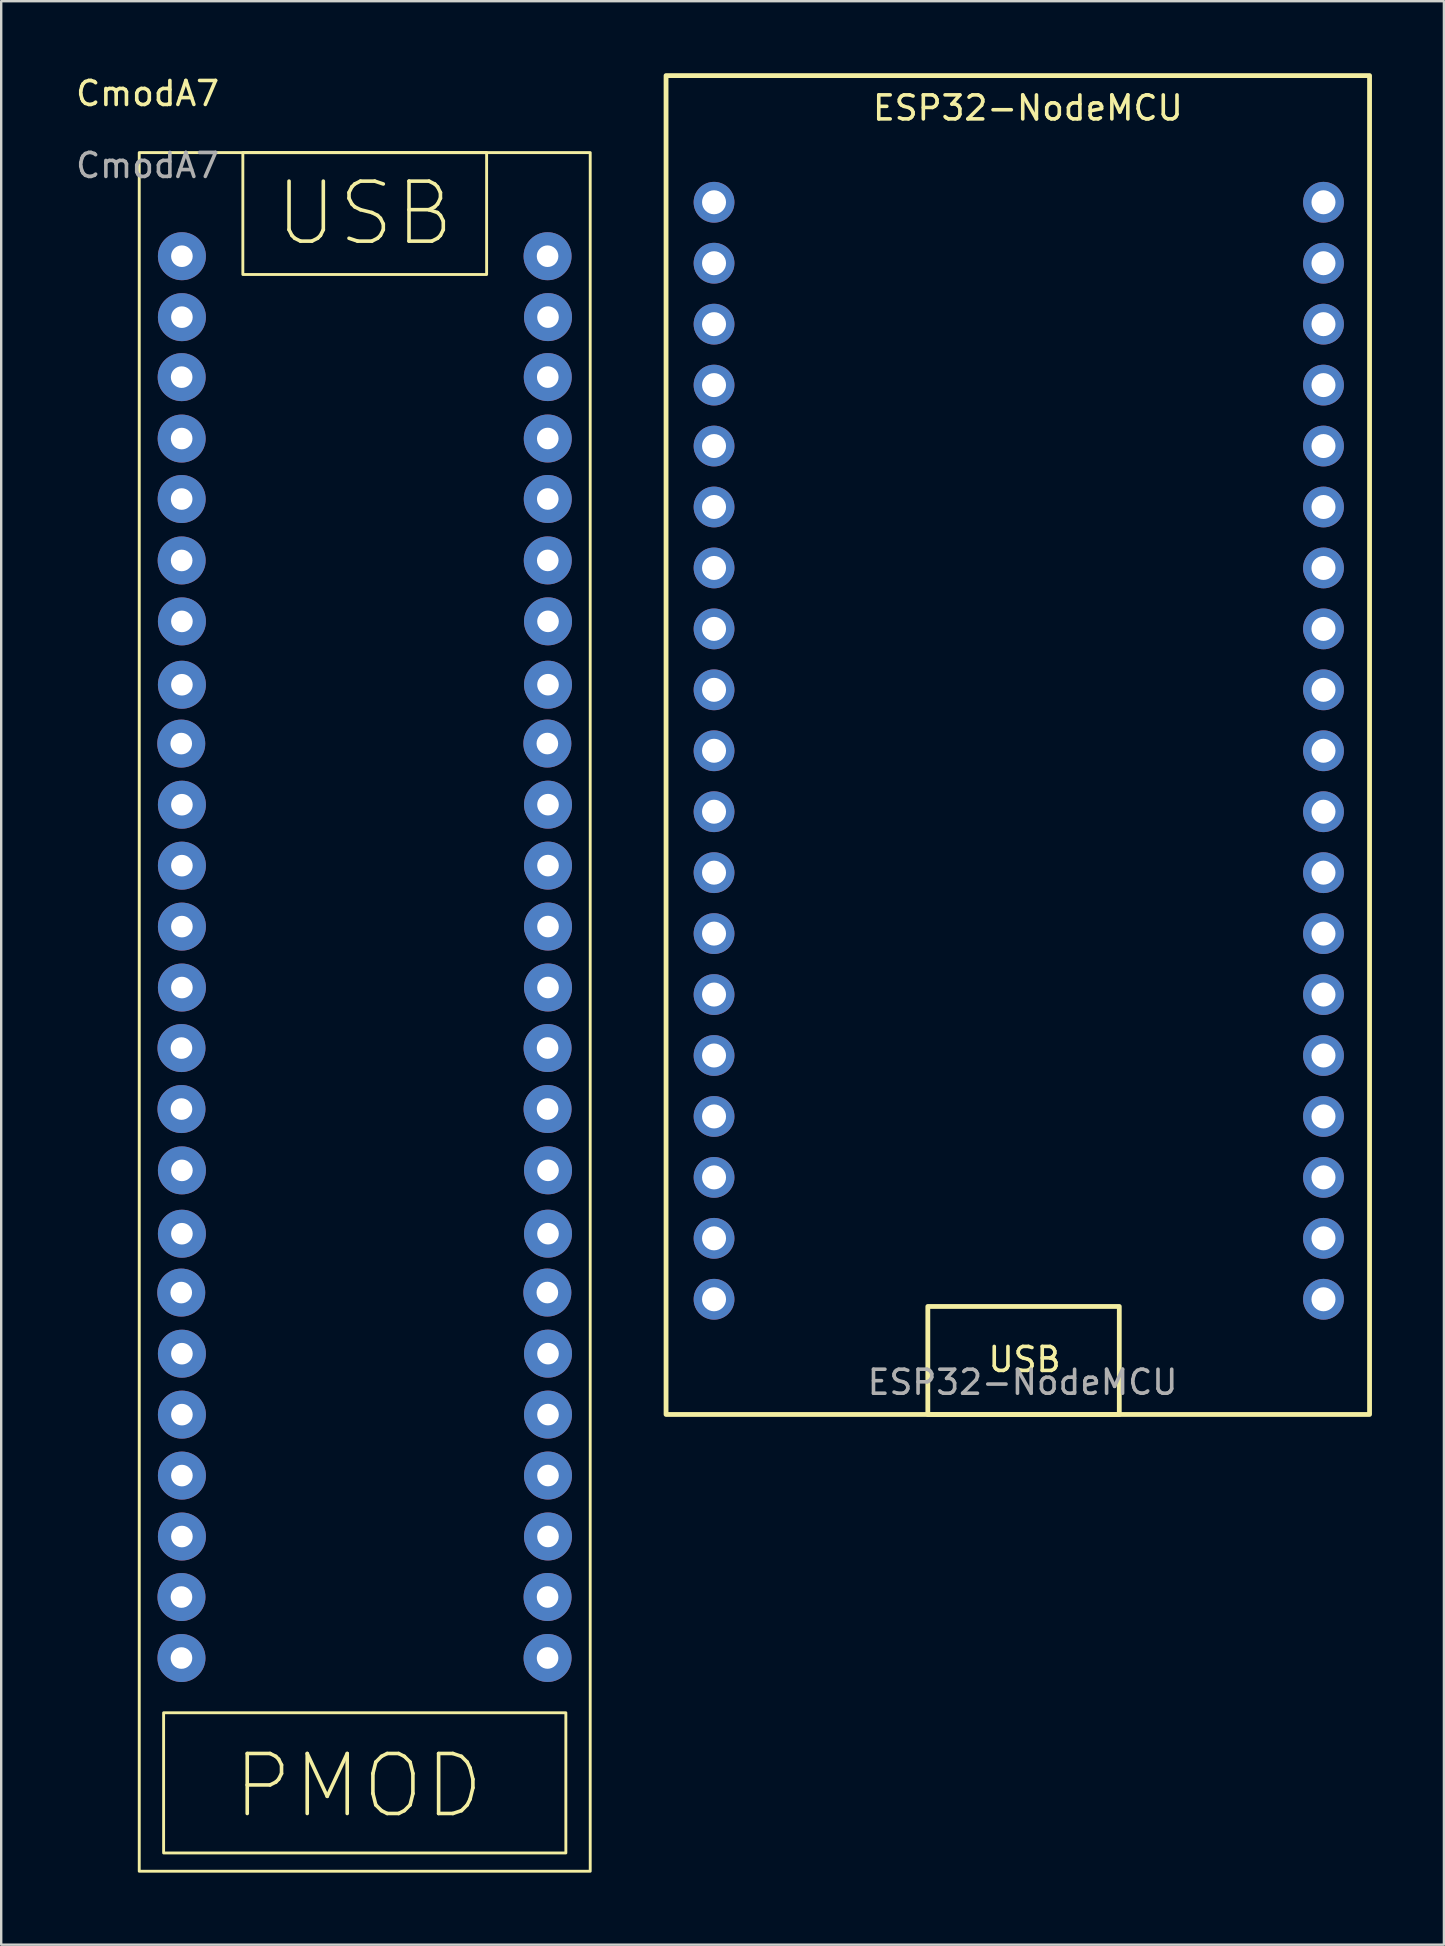
<source format=kicad_pcb>
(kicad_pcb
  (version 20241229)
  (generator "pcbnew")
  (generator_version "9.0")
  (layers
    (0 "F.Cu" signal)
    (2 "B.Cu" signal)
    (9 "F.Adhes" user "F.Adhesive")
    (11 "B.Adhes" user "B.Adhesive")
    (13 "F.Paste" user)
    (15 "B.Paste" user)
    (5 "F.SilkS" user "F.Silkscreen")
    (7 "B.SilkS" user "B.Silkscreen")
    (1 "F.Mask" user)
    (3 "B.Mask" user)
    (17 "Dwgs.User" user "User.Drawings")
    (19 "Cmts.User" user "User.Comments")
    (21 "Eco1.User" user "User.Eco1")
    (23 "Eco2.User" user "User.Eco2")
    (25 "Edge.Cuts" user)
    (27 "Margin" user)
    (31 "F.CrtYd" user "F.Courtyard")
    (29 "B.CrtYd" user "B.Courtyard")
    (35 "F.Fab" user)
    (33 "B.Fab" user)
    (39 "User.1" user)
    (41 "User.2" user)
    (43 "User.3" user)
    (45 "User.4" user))
  (footprint "CmodA7"
    (layer "F.Cu")
    (at 4.531 7.628)
    (property "Reference" "CmodA7" (at -1.43 -6.78 0) (unlocked yes) (layer "F.SilkS") (effects (font (size 1 1) (thickness 0.15))))
    (attr smd)
    (fp_rect (start -1.778 -4.318) (end 17.018 67.31) (stroke (width 0.12) (type solid)) (fill no) (layer "F.SilkS"))
    (fp_rect (start -0.762 60.706) (end 16.002 66.548) (stroke (width 0.12) (type solid)) (fill no) (layer "F.SilkS"))
    (fp_rect (start 2.54 -4.318) (end 12.7 0.762) (stroke (width 0.12) (type solid)) (fill no) (layer "F.SilkS"))
    (fp_text user "USB" (at 7.62 -1.778 0) (layer "F.SilkS") (effects (font (size 2.5 2.5) (thickness 0.15))))
    (fp_text user "PMOD" (at 7.366 63.754 0) (unlocked yes) (layer "F.SilkS") (effects (font (size 2.5 2.5) (thickness 0.15))))
    (fp_text user "${REFERENCE}" (at -1.43 -3.78 0) (unlocked yes) (layer "F.Fab") (effects (font (size 1 1) (thickness 0.15))))
    (pad "1" thru_hole circle (at -0.018 58.424) (size 2 2) (drill 0.9) (layers "*.Cu" "*.Mask"))
    (pad "2" thru_hole circle (at -0.018 55.882) (size 2 2) (drill 0.9) (layers "*.Cu" "*.Mask"))
    (pad "3" thru_hole circle (at 0 53.36) (size 2 2) (drill 0.9) (layers "*.Cu" "*.Mask"))
    (pad "4" thru_hole circle (at 0 50.82) (size 2 2) (drill 0.9) (layers "*.Cu" "*.Mask"))
    (pad "5" thru_hole circle (at 0 48.28) (size 2 2) (drill 0.9) (layers "*.Cu" "*.Mask"))
    (pad "6" thru_hole circle (at 0 45.74) (size 2 2) (drill 0.9) (layers "*.Cu" "*.Mask"))
    (pad "7" thru_hole circle (at -0.027 43.193) (size 2 2) (drill 0.9) (layers "*.Cu" "*.Mask"))
    (pad "7" thru_hole circle (at 15.24 55.88) (size 2 2) (drill 0.9) (layers "*.Cu" "*.Mask"))
    (pad "8" thru_hole circle (at 0 38.1) (size 2 2) (drill 0.9) (layers "*.Cu" "*.Mask"))
    (pad "8" thru_hole circle (at 0 40.74) (size 2 2) (drill 0.9) (layers "*.Cu" "*.Mask"))
    (pad "10" thru_hole circle (at -0.018 35.544) (size 2 2) (drill 0.9) (layers "*.Cu" "*.Mask"))
    (pad "11" thru_hole circle (at -0.018 33.002) (size 2 2) (drill 0.9) (layers "*.Cu" "*.Mask"))
    (pad "12" thru_hole circle (at 0 30.48) (size 2 2) (drill 0.9) (layers "*.Cu" "*.Mask"))
    (pad "13" thru_hole circle (at 0 27.94) (size 2 2) (drill 0.9) (layers "*.Cu" "*.Mask"))
    (pad "14" thru_hole circle (at 0 25.4) (size 2 2) (drill 0.9) (layers "*.Cu" "*.Mask"))
    (pad "15" thru_hole circle (at 0 22.86) (size 2 2) (drill 0.9) (layers "*.Cu" "*.Mask"))
    (pad "16" thru_hole circle (at -0.027 20.313) (size 2 2) (drill 0.9) (layers "*.Cu" "*.Mask"))
    (pad "17" thru_hole circle (at 0 17.86) (size 2 2) (drill 0.9) (layers "*.Cu" "*.Mask"))
    (pad "18" thru_hole circle (at 0 15.22) (size 2 2) (drill 0.9) (layers "*.Cu" "*.Mask"))
    (pad "19" thru_hole circle (at -0.01 12.68) (size 2 2) (drill 0.9) (layers "*.Cu" "*.Mask"))
    (pad "20" thru_hole circle (at -0.01 10.12) (size 2 2) (drill 0.9) (layers "*.Cu" "*.Mask"))
    (pad "21" thru_hole circle (at -0.01 7.6) (size 2 2) (drill 0.9) (layers "*.Cu" "*.Mask"))
    (pad "22" thru_hole circle (at -0.01 5.04) (size 2 2) (drill 0.9) (layers "*.Cu" "*.Mask"))
    (pad "23" thru_hole circle (at 0 2.54) (size 2 2) (drill 0.9) (layers "*.Cu" "*.Mask"))
    (pad "24" thru_hole circle (at 0 0) (size 2 2) (drill 0.9) (layers "*.Cu" "*.Mask"))
    (pad "25" thru_hole circle (at 15.24 0) (size 2 2) (drill 0.9) (layers "*.Cu" "*.Mask"))
    (pad "26" thru_hole circle (at 15.258 2.538) (size 2 2) (drill 0.9) (layers "*.Cu" "*.Mask"))
    (pad "27" thru_hole circle (at 15.248 5.038) (size 2 2) (drill 0.9) (layers "*.Cu" "*.Mask"))
    (pad "28" thru_hole circle (at 15.248 7.598) (size 2 2) (drill 0.9) (layers "*.Cu" "*.Mask"))
    (pad "29" thru_hole circle (at 15.248 10.118) (size 2 2) (drill 0.9) (layers "*.Cu" "*.Mask"))
    (pad "30" thru_hole circle (at 15.248 12.678) (size 2 2) (drill 0.9) (layers "*.Cu" "*.Mask"))
    (pad "31" thru_hole circle (at 15.258 15.218) (size 2 2) (drill 0.9) (layers "*.Cu" "*.Mask"))
    (pad "32" thru_hole circle (at 15.258 17.858) (size 2 2) (drill 0.9) (layers "*.Cu" "*.Mask"))
    (pad "33" thru_hole circle (at 15.231 20.311) (size 2 2) (drill 0.9) (layers "*.Cu" "*.Mask"))
    (pad "34" thru_hole circle (at 15.258 22.858) (size 2 2) (drill 0.9) (layers "*.Cu" "*.Mask"))
    (pad "35" thru_hole circle (at 15.258 25.398) (size 2 2) (drill 0.9) (layers "*.Cu" "*.Mask"))
    (pad "36" thru_hole circle (at 15.258 27.938) (size 2 2) (drill 0.9) (layers "*.Cu" "*.Mask"))
    (pad "37" thru_hole circle (at 15.258 30.478) (size 2 2) (drill 0.9) (layers "*.Cu" "*.Mask"))
    (pad "38" thru_hole circle (at 15.24 33) (size 2 2) (drill 0.9) (layers "*.Cu" "*.Mask"))
    (pad "39" thru_hole circle (at 15.24 35.542) (size 2 2) (drill 0.9) (layers "*.Cu" "*.Mask"))
    (pad "40" thru_hole circle (at 15.258 38.098) (size 2 2) (drill 0.9) (layers "*.Cu" "*.Mask"))
    (pad "41" thru_hole circle (at 15.258 40.738) (size 2 2) (drill 0.9) (layers "*.Cu" "*.Mask"))
    (pad "42" thru_hole circle (at 15.231 43.191) (size 2 2) (drill 0.9) (layers "*.Cu" "*.Mask"))
    (pad "43" thru_hole circle (at 15.258 45.738) (size 2 2) (drill 0.9) (layers "*.Cu" "*.Mask"))
    (pad "44" thru_hole circle (at 15.258 48.278) (size 2 2) (drill 0.9) (layers "*.Cu" "*.Mask"))
    (pad "45" thru_hole circle (at 15.258 50.818) (size 2 2) (drill 0.9) (layers "*.Cu" "*.Mask"))
    (pad "46" thru_hole circle (at 15.258 53.358) (size 2 2) (drill 0.9) (layers "*.Cu" "*.Mask"))
    (pad "48" thru_hole circle (at 15.24 58.422) (size 2 2) (drill 0.9) (layers "*.Cu" "*.Mask")))
  (footprint "ESP32-NodeMCU"
    (layer "F.Cu")
    (at 26.709 5.38)
    (property "Reference" "ESP32-NodeMCU" (at 13.08 -3.93 0) (unlocked yes) (layer "F.SilkS") (effects (font (size 1 1) (thickness 0.15))))
    (attr through_hole)
    (fp_rect (start -2 -5.28) (end 27.32 50.52) (stroke (width 0.2) (type solid)) (fill no) (layer "F.SilkS"))
    (fp_rect (start 8.91 50.52) (end 16.89 46.02) (stroke (width 0.2) (type solid)) (fill no) (layer "F.SilkS"))
    (fp_text user "USB" (at 12.94 48.23 0) (unlocked yes) (layer "F.SilkS") (effects (font (size 1 1) (thickness 0.15))))
    (fp_text user "${REFERENCE}" (at 12.86 49.18 0) (unlocked yes) (layer "F.Fab") (effects (font (size 1 1) (thickness 0.15))))
    (pad "1" thru_hole circle (at 0 0) (size 1.7 1.7) (drill 1) (layers "*.Cu" "*.Mask"))
    (pad "2" thru_hole circle (at 0 2.54) (size 1.7 1.7) (drill 1) (layers "*.Cu" "*.Mask"))
    (pad "3" thru_hole circle (at 0 5.08) (size 1.7 1.7) (drill 1) (layers "*.Cu" "*.Mask"))
    (pad "4" thru_hole circle (at 0 7.62) (size 1.7 1.7) (drill 1) (layers "*.Cu" "*.Mask"))
    (pad "5" thru_hole circle (at 0 10.16) (size 1.7 1.7) (drill 1) (layers "*.Cu" "*.Mask"))
    (pad "6" thru_hole circle (at 0 12.7) (size 1.7 1.7) (drill 1) (layers "*.Cu" "*.Mask"))
    (pad "7" thru_hole circle (at 0 15.24) (size 1.7 1.7) (drill 1) (layers "*.Cu" "*.Mask"))
    (pad "8" thru_hole circle (at 0 17.78) (size 1.7 1.7) (drill 1) (layers "*.Cu" "*.Mask"))
    (pad "9" thru_hole circle (at 0 20.32) (size 1.7 1.7) (drill 1) (layers "*.Cu" "*.Mask"))
    (pad "10" thru_hole circle (at 0 22.86) (size 1.7 1.7) (drill 1) (layers "*.Cu" "*.Mask"))
    (pad "11" thru_hole circle (at 0 25.4) (size 1.7 1.7) (drill 1) (layers "*.Cu" "*.Mask"))
    (pad "12" thru_hole circle (at 0 27.94) (size 1.7 1.7) (drill 1) (layers "*.Cu" "*.Mask"))
    (pad "13" thru_hole circle (at 0 30.48) (size 1.7 1.7) (drill 1) (layers "*.Cu" "*.Mask"))
    (pad "14" thru_hole circle (at 0 33.02) (size 1.7 1.7) (drill 1) (layers "*.Cu" "*.Mask"))
    (pad "15" thru_hole circle (at 0 35.56) (size 1.7 1.7) (drill 1) (layers "*.Cu" "*.Mask"))
    (pad "16" thru_hole circle (at 0 38.1) (size 1.7 1.7) (drill 1) (layers "*.Cu" "*.Mask"))
    (pad "17" thru_hole circle (at 0 40.64) (size 1.7 1.7) (drill 1) (layers "*.Cu" "*.Mask"))
    (pad "18" thru_hole circle (at 0 43.18) (size 1.7 1.7) (drill 1) (layers "*.Cu" "*.Mask"))
    (pad "19" thru_hole circle (at 0 45.72) (size 1.7 1.7) (drill 1) (layers "*.Cu" "*.Mask"))
    (pad "20" thru_hole circle (at 25.4 0) (size 1.7 1.7) (drill 1) (layers "*.Cu" "*.Mask"))
    (pad "21" thru_hole circle (at 25.4 2.54) (size 1.7 1.7) (drill 1) (layers "*.Cu" "*.Mask"))
    (pad "22" thru_hole circle (at 25.4 5.08) (size 1.7 1.7) (drill 1) (layers "*.Cu" "*.Mask"))
    (pad "23" thru_hole circle (at 25.4 7.62) (size 1.7 1.7) (drill 1) (layers "*.Cu" "*.Mask"))
    (pad "24" thru_hole circle (at 25.4 10.16) (size 1.7 1.7) (drill 1) (layers "*.Cu" "*.Mask"))
    (pad "25" thru_hole circle (at 25.4 12.7) (size 1.7 1.7) (drill 1) (layers "*.Cu" "*.Mask"))
    (pad "26" thru_hole circle (at 25.4 15.24) (size 1.7 1.7) (drill 1) (layers "*.Cu" "*.Mask"))
    (pad "27" thru_hole circle (at 25.4 17.78) (size 1.7 1.7) (drill 1) (layers "*.Cu" "*.Mask"))
    (pad "28" thru_hole circle (at 25.4 20.32) (size 1.7 1.7) (drill 1) (layers "*.Cu" "*.Mask"))
    (pad "29" thru_hole circle (at 25.4 22.86) (size 1.7 1.7) (drill 1) (layers "*.Cu" "*.Mask"))
    (pad "30" thru_hole circle (at 25.4 25.4) (size 1.7 1.7) (drill 1) (layers "*.Cu" "*.Mask"))
    (pad "31" thru_hole circle (at 25.4 27.94) (size 1.7 1.7) (drill 1) (layers "*.Cu" "*.Mask"))
    (pad "32" thru_hole circle (at 25.4 30.48) (size 1.7 1.7) (drill 1) (layers "*.Cu" "*.Mask"))
    (pad "33" thru_hole circle (at 25.4 33.02) (size 1.7 1.7) (drill 1) (layers "*.Cu" "*.Mask"))
    (pad "34" thru_hole circle (at 25.4 35.56) (size 1.7 1.7) (drill 1) (layers "*.Cu" "*.Mask"))
    (pad "35" thru_hole circle (at 25.4 38.1) (size 1.7 1.7) (drill 1) (layers "*.Cu" "*.Mask"))
    (pad "36" thru_hole circle (at 25.4 40.64) (size 1.7 1.7) (drill 1) (layers "*.Cu" "*.Mask"))
    (pad "37" thru_hole circle (at 25.4 43.18) (size 1.7 1.7) (drill 1) (layers "*.Cu" "*.Mask"))
    (pad "38" thru_hole circle (at 25.4 45.72) (size 1.7 1.7) (drill 1) (layers "*.Cu" "*.Mask")))
  (gr_rect
    (start -3 -3)
    (end 57.129 77.998)
    (stroke (width 0.1) (type default))
    (fill no)
    (layer "Edge.Cuts")))
</source>
